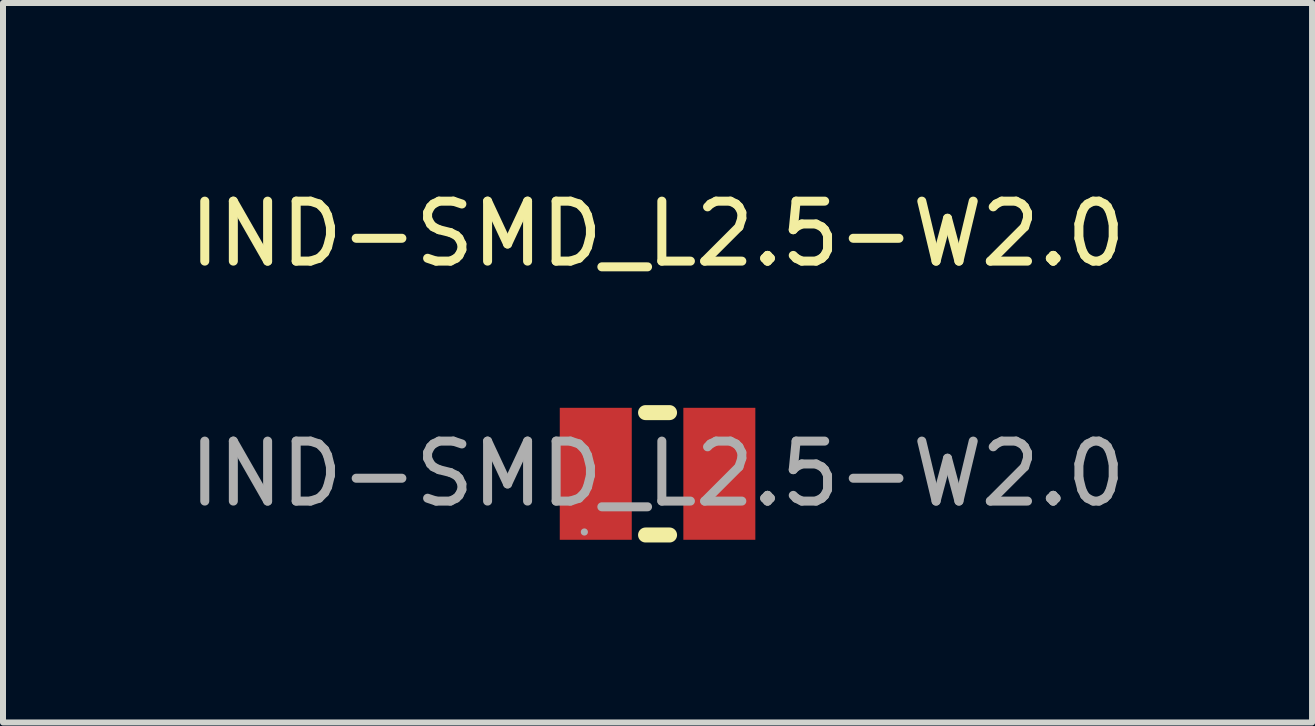
<source format=kicad_pcb>
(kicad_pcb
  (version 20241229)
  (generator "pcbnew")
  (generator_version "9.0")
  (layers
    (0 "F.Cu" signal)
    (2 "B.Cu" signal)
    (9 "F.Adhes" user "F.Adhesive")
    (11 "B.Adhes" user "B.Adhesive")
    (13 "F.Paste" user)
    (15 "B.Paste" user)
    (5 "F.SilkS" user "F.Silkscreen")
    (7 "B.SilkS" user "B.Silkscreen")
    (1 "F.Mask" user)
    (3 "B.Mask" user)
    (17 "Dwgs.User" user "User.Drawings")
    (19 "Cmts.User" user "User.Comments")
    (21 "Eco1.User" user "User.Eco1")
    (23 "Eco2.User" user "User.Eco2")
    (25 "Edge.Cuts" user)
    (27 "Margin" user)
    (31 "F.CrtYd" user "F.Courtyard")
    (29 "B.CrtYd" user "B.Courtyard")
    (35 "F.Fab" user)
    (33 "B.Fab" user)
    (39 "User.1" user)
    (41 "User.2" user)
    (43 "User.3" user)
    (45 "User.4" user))
  (footprint "IND-SMD_L2.5-W2.0"
    (layer "F.Cu")
    (at 7.911 4.848)
    (property "Reference" "IND-SMD_L2.5-W2.0" (at 0 -4 0) (layer "F.SilkS") (effects (font (size 1 1) (thickness 0.15))))
    (attr smd)
    (fp_line (start -0.2 1.02) (end 0.2 1.02) (stroke (width 0.25) (type solid)) (layer "F.SilkS"))
    (fp_line (start 0.2 -1.02) (end -0.2 -1.02) (stroke (width 0.25) (type solid)) (layer "F.SilkS"))
    (fp_circle (center -1.22 0.97) (end -1.19 0.97) (stroke (width 0.06) (type solid)) (fill no) (layer "F.Fab"))
    (fp_text user "${REFERENCE}" (at 0 0 0) (layer "F.Fab") (effects (font (size 1 1) (thickness 0.15))))
    (pad "1" smd rect (at 1.03 0) (size 1.2 2.2) (layers "F.Cu" "F.Mask" "F.Paste"))
    (pad "2" smd rect (at -1.03 0) (size 1.2 2.2) (layers "F.Cu" "F.Mask" "F.Paste")))
  (gr_rect
    (start -3 -3)
    (end 18.821 8.993)
    (stroke (width 0.1) (type default))
    (fill no)
    (layer "Edge.Cuts")))
</source>
